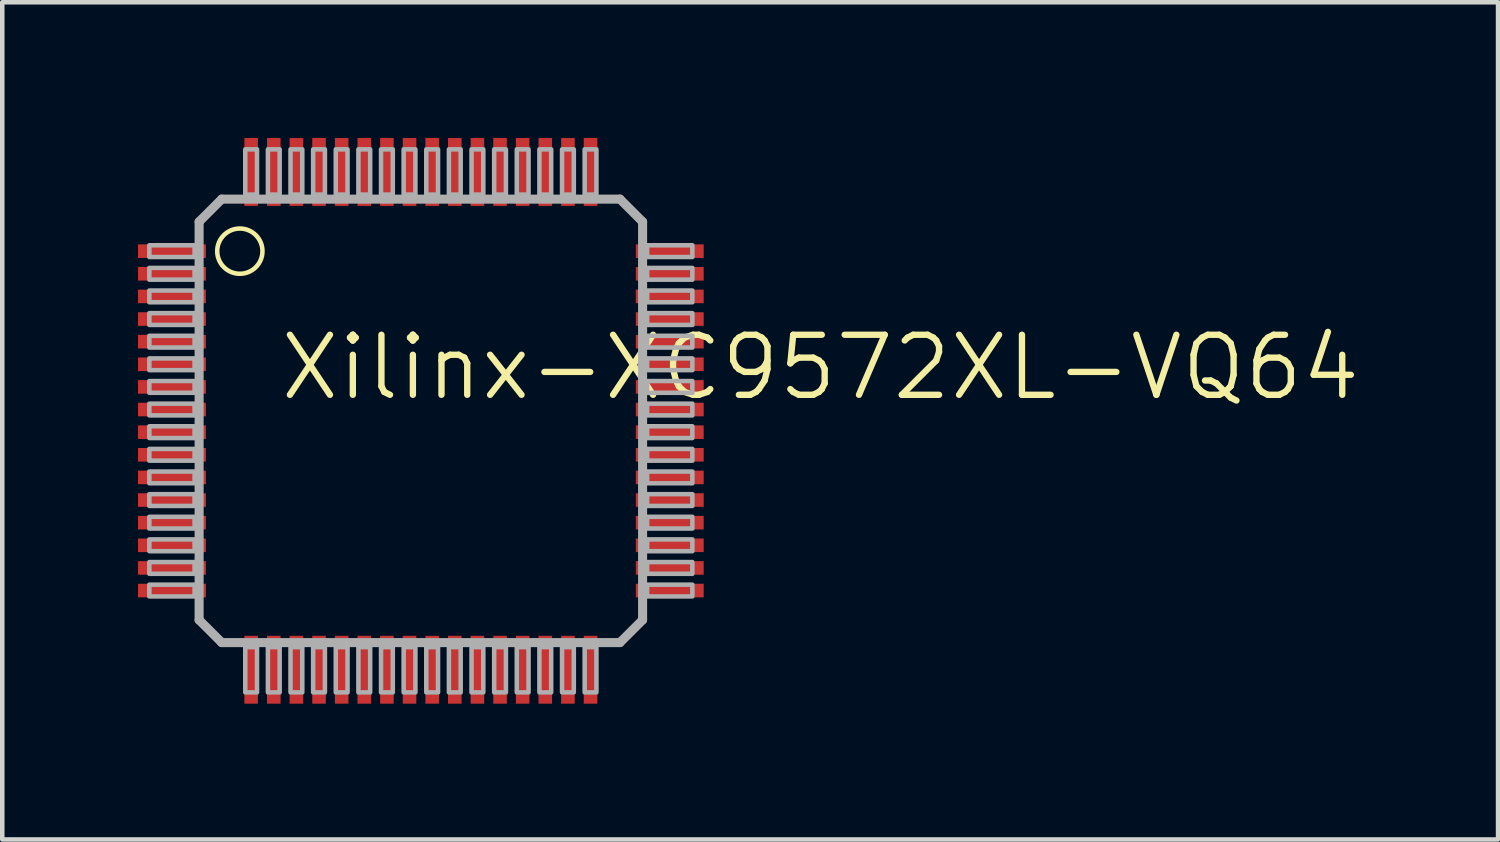
<source format=kicad_pcb>
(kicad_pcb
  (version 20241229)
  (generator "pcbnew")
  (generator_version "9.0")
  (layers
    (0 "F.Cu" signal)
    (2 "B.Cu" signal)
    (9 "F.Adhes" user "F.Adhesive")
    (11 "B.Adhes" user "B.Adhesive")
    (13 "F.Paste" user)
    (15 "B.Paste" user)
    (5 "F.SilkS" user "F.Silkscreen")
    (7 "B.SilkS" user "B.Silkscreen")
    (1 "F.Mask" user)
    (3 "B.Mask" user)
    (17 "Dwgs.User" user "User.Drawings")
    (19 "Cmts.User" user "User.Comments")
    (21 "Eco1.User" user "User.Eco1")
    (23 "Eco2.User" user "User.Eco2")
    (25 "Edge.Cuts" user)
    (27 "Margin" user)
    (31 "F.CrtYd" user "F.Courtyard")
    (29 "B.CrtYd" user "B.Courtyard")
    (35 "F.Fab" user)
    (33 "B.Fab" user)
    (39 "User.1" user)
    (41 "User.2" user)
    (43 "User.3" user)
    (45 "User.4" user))
  (footprint "Xilinx-XC9572XL-VQ64"
    (layer "F.Cu")
    (at 6.25 6.25)
    (property "Reference" "Xilinx-XC9572XL-VQ64" (at -3.175 -0.406 0) (layer "F.SilkS") (effects (font (size 1.327 1.327) (thickness 0.14)) (justify left bottom)))
    (attr through_hole)
    (fp_circle (center -4 -3.75) (end -3.5 -3.75) (stroke (width 0.1) (type solid)) (fill no) (layer "F.SilkS"))
    (fp_line (start -4.9 -4.4) (end -4.4 -4.9) (stroke (width 0.2) (type solid)) (layer "F.Fab"))
    (fp_line (start -4.9 4.4) (end -4.9 -4.4) (stroke (width 0.2) (type solid)) (layer "F.Fab"))
    (fp_line (start -4.4 -4.9) (end 4.4 -4.9) (stroke (width 0.2) (type solid)) (layer "F.Fab"))
    (fp_line (start -4.4 4.9) (end -4.9 4.4) (stroke (width 0.2) (type solid)) (layer "F.Fab"))
    (fp_line (start 4.4 -4.9) (end 4.9 -4.4) (stroke (width 0.2) (type solid)) (layer "F.Fab"))
    (fp_line (start 4.4 4.9) (end -4.4 4.9) (stroke (width 0.2) (type solid)) (layer "F.Fab"))
    (fp_line (start 4.9 -4.4) (end 4.9 4.4) (stroke (width 0.2) (type solid)) (layer "F.Fab"))
    (fp_line (start 4.9 4.4) (end 4.4 4.9) (stroke (width 0.2) (type solid)) (layer "F.Fab"))
    (fp_poly (pts (xy -6 -3.62) (xy -5 -3.62) (xy -5 -3.88) (xy -6 -3.88)) (stroke (width 0.1) (type solid)) (fill no) (layer "F.Fab"))
    (fp_poly (pts (xy -6 -3.12) (xy -5 -3.12) (xy -5 -3.38) (xy -6 -3.38)) (stroke (width 0.1) (type solid)) (fill no) (layer "F.Fab"))
    (fp_poly (pts (xy -6 -2.62) (xy -5 -2.62) (xy -5 -2.88) (xy -6 -2.88)) (stroke (width 0.1) (type solid)) (fill no) (layer "F.Fab"))
    (fp_poly (pts (xy -6 -2.12) (xy -5 -2.12) (xy -5 -2.38) (xy -6 -2.38)) (stroke (width 0.1) (type solid)) (fill no) (layer "F.Fab"))
    (fp_poly (pts (xy -6 -1.62) (xy -5 -1.62) (xy -5 -1.88) (xy -6 -1.88)) (stroke (width 0.1) (type solid)) (fill no) (layer "F.Fab"))
    (fp_poly (pts (xy -6 -1.12) (xy -5 -1.12) (xy -5 -1.38) (xy -6 -1.38)) (stroke (width 0.1) (type solid)) (fill no) (layer "F.Fab"))
    (fp_poly (pts (xy -6 -0.62) (xy -5 -0.62) (xy -5 -0.88) (xy -6 -0.88)) (stroke (width 0.1) (type solid)) (fill no) (layer "F.Fab"))
    (fp_poly (pts (xy -6 -0.12) (xy -5 -0.12) (xy -5 -0.38) (xy -6 -0.38)) (stroke (width 0.1) (type solid)) (fill no) (layer "F.Fab"))
    (fp_poly (pts (xy -6 0.38) (xy -5 0.38) (xy -5 0.12) (xy -6 0.12)) (stroke (width 0.1) (type solid)) (fill no) (layer "F.Fab"))
    (fp_poly (pts (xy -6 0.88) (xy -5 0.88) (xy -5 0.62) (xy -6 0.62)) (stroke (width 0.1) (type solid)) (fill no) (layer "F.Fab"))
    (fp_poly (pts (xy -6 1.38) (xy -5 1.38) (xy -5 1.12) (xy -6 1.12)) (stroke (width 0.1) (type solid)) (fill no) (layer "F.Fab"))
    (fp_poly (pts (xy -6 1.88) (xy -5 1.88) (xy -5 1.62) (xy -6 1.62)) (stroke (width 0.1) (type solid)) (fill no) (layer "F.Fab"))
    (fp_poly (pts (xy -6 2.38) (xy -5 2.38) (xy -5 2.12) (xy -6 2.12)) (stroke (width 0.1) (type solid)) (fill no) (layer "F.Fab"))
    (fp_poly (pts (xy -6 2.88) (xy -5 2.88) (xy -5 2.62) (xy -6 2.62)) (stroke (width 0.1) (type solid)) (fill no) (layer "F.Fab"))
    (fp_poly (pts (xy -6 3.38) (xy -5 3.38) (xy -5 3.12) (xy -6 3.12)) (stroke (width 0.1) (type solid)) (fill no) (layer "F.Fab"))
    (fp_poly (pts (xy -6 3.88) (xy -5 3.88) (xy -5 3.62) (xy -6 3.62)) (stroke (width 0.1) (type solid)) (fill no) (layer "F.Fab"))
    (fp_poly (pts (xy -3.88 -5) (xy -3.62 -5) (xy -3.62 -6) (xy -3.88 -6)) (stroke (width 0.1) (type solid)) (fill no) (layer "F.Fab"))
    (fp_poly (pts (xy -3.88 6) (xy -3.62 6) (xy -3.62 5) (xy -3.88 5)) (stroke (width 0.1) (type solid)) (fill no) (layer "F.Fab"))
    (fp_poly (pts (xy -3.38 -5) (xy -3.12 -5) (xy -3.12 -6) (xy -3.38 -6)) (stroke (width 0.1) (type solid)) (fill no) (layer "F.Fab"))
    (fp_poly (pts (xy -3.38 6) (xy -3.12 6) (xy -3.12 5) (xy -3.38 5)) (stroke (width 0.1) (type solid)) (fill no) (layer "F.Fab"))
    (fp_poly (pts (xy -2.88 -5) (xy -2.62 -5) (xy -2.62 -6) (xy -2.88 -6)) (stroke (width 0.1) (type solid)) (fill no) (layer "F.Fab"))
    (fp_poly (pts (xy -2.88 6) (xy -2.62 6) (xy -2.62 5) (xy -2.88 5)) (stroke (width 0.1) (type solid)) (fill no) (layer "F.Fab"))
    (fp_poly (pts (xy -2.38 -5) (xy -2.12 -5) (xy -2.12 -6) (xy -2.38 -6)) (stroke (width 0.1) (type solid)) (fill no) (layer "F.Fab"))
    (fp_poly (pts (xy -2.38 6) (xy -2.12 6) (xy -2.12 5) (xy -2.38 5)) (stroke (width 0.1) (type solid)) (fill no) (layer "F.Fab"))
    (fp_poly (pts (xy -1.88 -5) (xy -1.62 -5) (xy -1.62 -6) (xy -1.88 -6)) (stroke (width 0.1) (type solid)) (fill no) (layer "F.Fab"))
    (fp_poly (pts (xy -1.88 6) (xy -1.62 6) (xy -1.62 5) (xy -1.88 5)) (stroke (width 0.1) (type solid)) (fill no) (layer "F.Fab"))
    (fp_poly (pts (xy -1.38 -5) (xy -1.12 -5) (xy -1.12 -6) (xy -1.38 -6)) (stroke (width 0.1) (type solid)) (fill no) (layer "F.Fab"))
    (fp_poly (pts (xy -1.38 6) (xy -1.12 6) (xy -1.12 5) (xy -1.38 5)) (stroke (width 0.1) (type solid)) (fill no) (layer "F.Fab"))
    (fp_poly (pts (xy -0.88 -5) (xy -0.62 -5) (xy -0.62 -6) (xy -0.88 -6)) (stroke (width 0.1) (type solid)) (fill no) (layer "F.Fab"))
    (fp_poly (pts (xy -0.88 6) (xy -0.62 6) (xy -0.62 5) (xy -0.88 5)) (stroke (width 0.1) (type solid)) (fill no) (layer "F.Fab"))
    (fp_poly (pts (xy -0.38 -5) (xy -0.12 -5) (xy -0.12 -6) (xy -0.38 -6)) (stroke (width 0.1) (type solid)) (fill no) (layer "F.Fab"))
    (fp_poly (pts (xy -0.38 6) (xy -0.12 6) (xy -0.12 5) (xy -0.38 5)) (stroke (width 0.1) (type solid)) (fill no) (layer "F.Fab"))
    (fp_poly (pts (xy 0.12 -5) (xy 0.38 -5) (xy 0.38 -6) (xy 0.12 -6)) (stroke (width 0.1) (type solid)) (fill no) (layer "F.Fab"))
    (fp_poly (pts (xy 0.12 6) (xy 0.38 6) (xy 0.38 5) (xy 0.12 5)) (stroke (width 0.1) (type solid)) (fill no) (layer "F.Fab"))
    (fp_poly (pts (xy 0.62 -5) (xy 0.88 -5) (xy 0.88 -6) (xy 0.62 -6)) (stroke (width 0.1) (type solid)) (fill no) (layer "F.Fab"))
    (fp_poly (pts (xy 0.62 6) (xy 0.88 6) (xy 0.88 5) (xy 0.62 5)) (stroke (width 0.1) (type solid)) (fill no) (layer "F.Fab"))
    (fp_poly (pts (xy 1.12 -5) (xy 1.38 -5) (xy 1.38 -6) (xy 1.12 -6)) (stroke (width 0.1) (type solid)) (fill no) (layer "F.Fab"))
    (fp_poly (pts (xy 1.12 6) (xy 1.38 6) (xy 1.38 5) (xy 1.12 5)) (stroke (width 0.1) (type solid)) (fill no) (layer "F.Fab"))
    (fp_poly (pts (xy 1.62 -5) (xy 1.88 -5) (xy 1.88 -6) (xy 1.62 -6)) (stroke (width 0.1) (type solid)) (fill no) (layer "F.Fab"))
    (fp_poly (pts (xy 1.62 6) (xy 1.88 6) (xy 1.88 5) (xy 1.62 5)) (stroke (width 0.1) (type solid)) (fill no) (layer "F.Fab"))
    (fp_poly (pts (xy 2.12 -5) (xy 2.38 -5) (xy 2.38 -6) (xy 2.12 -6)) (stroke (width 0.1) (type solid)) (fill no) (layer "F.Fab"))
    (fp_poly (pts (xy 2.12 6) (xy 2.38 6) (xy 2.38 5) (xy 2.12 5)) (stroke (width 0.1) (type solid)) (fill no) (layer "F.Fab"))
    (fp_poly (pts (xy 2.62 -5) (xy 2.88 -5) (xy 2.88 -6) (xy 2.62 -6)) (stroke (width 0.1) (type solid)) (fill no) (layer "F.Fab"))
    (fp_poly (pts (xy 2.62 6) (xy 2.88 6) (xy 2.88 5) (xy 2.62 5)) (stroke (width 0.1) (type solid)) (fill no) (layer "F.Fab"))
    (fp_poly (pts (xy 3.12 -5) (xy 3.38 -5) (xy 3.38 -6) (xy 3.12 -6)) (stroke (width 0.1) (type solid)) (fill no) (layer "F.Fab"))
    (fp_poly (pts (xy 3.12 6) (xy 3.38 6) (xy 3.38 5) (xy 3.12 5)) (stroke (width 0.1) (type solid)) (fill no) (layer "F.Fab"))
    (fp_poly (pts (xy 3.62 -5) (xy 3.88 -5) (xy 3.88 -6) (xy 3.62 -6)) (stroke (width 0.1) (type solid)) (fill no) (layer "F.Fab"))
    (fp_poly (pts (xy 3.62 6) (xy 3.88 6) (xy 3.88 5) (xy 3.62 5)) (stroke (width 0.1) (type solid)) (fill no) (layer "F.Fab"))
    (fp_poly (pts (xy 5 -3.62) (xy 6 -3.62) (xy 6 -3.88) (xy 5 -3.88)) (stroke (width 0.1) (type solid)) (fill no) (layer "F.Fab"))
    (fp_poly (pts (xy 5 -3.12) (xy 6 -3.12) (xy 6 -3.38) (xy 5 -3.38)) (stroke (width 0.1) (type solid)) (fill no) (layer "F.Fab"))
    (fp_poly (pts (xy 5 -2.62) (xy 6 -2.62) (xy 6 -2.88) (xy 5 -2.88)) (stroke (width 0.1) (type solid)) (fill no) (layer "F.Fab"))
    (fp_poly (pts (xy 5 -2.12) (xy 6 -2.12) (xy 6 -2.38) (xy 5 -2.38)) (stroke (width 0.1) (type solid)) (fill no) (layer "F.Fab"))
    (fp_poly (pts (xy 5 -1.62) (xy 6 -1.62) (xy 6 -1.88) (xy 5 -1.88)) (stroke (width 0.1) (type solid)) (fill no) (layer "F.Fab"))
    (fp_poly (pts (xy 5 -1.12) (xy 6 -1.12) (xy 6 -1.38) (xy 5 -1.38)) (stroke (width 0.1) (type solid)) (fill no) (layer "F.Fab"))
    (fp_poly (pts (xy 5 -0.62) (xy 6 -0.62) (xy 6 -0.88) (xy 5 -0.88)) (stroke (width 0.1) (type solid)) (fill no) (layer "F.Fab"))
    (fp_poly (pts (xy 5 -0.12) (xy 6 -0.12) (xy 6 -0.38) (xy 5 -0.38)) (stroke (width 0.1) (type solid)) (fill no) (layer "F.Fab"))
    (fp_poly (pts (xy 5 0.38) (xy 6 0.38) (xy 6 0.12) (xy 5 0.12)) (stroke (width 0.1) (type solid)) (fill no) (layer "F.Fab"))
    (fp_poly (pts (xy 5 0.88) (xy 6 0.88) (xy 6 0.62) (xy 5 0.62)) (stroke (width 0.1) (type solid)) (fill no) (layer "F.Fab"))
    (fp_poly (pts (xy 5 1.38) (xy 6 1.38) (xy 6 1.12) (xy 5 1.12)) (stroke (width 0.1) (type solid)) (fill no) (layer "F.Fab"))
    (fp_poly (pts (xy 5 1.88) (xy 6 1.88) (xy 6 1.62) (xy 5 1.62)) (stroke (width 0.1) (type solid)) (fill no) (layer "F.Fab"))
    (fp_poly (pts (xy 5 2.38) (xy 6 2.38) (xy 6 2.12) (xy 5 2.12)) (stroke (width 0.1) (type solid)) (fill no) (layer "F.Fab"))
    (fp_poly (pts (xy 5 2.88) (xy 6 2.88) (xy 6 2.62) (xy 5 2.62)) (stroke (width 0.1) (type solid)) (fill no) (layer "F.Fab"))
    (fp_poly (pts (xy 5 3.38) (xy 6 3.38) (xy 6 3.12) (xy 5 3.12)) (stroke (width 0.1) (type solid)) (fill no) (layer "F.Fab"))
    (fp_poly (pts (xy 5 3.88) (xy 6 3.88) (xy 6 3.62) (xy 5 3.62)) (stroke (width 0.1) (type solid)) (fill no) (layer "F.Fab"))
    (pad "1" smd rect (at -5.5 -3.75) (size 1.5 0.3) (layers "F.Cu" "F.Mask" "F.Paste"))
    (pad "2" smd rect (at -5.5 -3.25) (size 1.5 0.3) (layers "F.Cu" "F.Mask" "F.Paste"))
    (pad "3" smd rect (at -5.5 -2.75) (size 1.5 0.3) (layers "F.Cu" "F.Mask" "F.Paste"))
    (pad "4" smd rect (at -5.5 -2.25) (size 1.5 0.3) (layers "F.Cu" "F.Mask" "F.Paste"))
    (pad "5" smd rect (at -5.5 -1.75) (size 1.5 0.3) (layers "F.Cu" "F.Mask" "F.Paste"))
    (pad "6" smd rect (at -5.5 -1.25) (size 1.5 0.3) (layers "F.Cu" "F.Mask" "F.Paste"))
    (pad "7" smd rect (at -5.5 -0.75) (size 1.5 0.3) (layers "F.Cu" "F.Mask" "F.Paste"))
    (pad "8" smd rect (at -5.5 -0.25) (size 1.5 0.3) (layers "F.Cu" "F.Mask" "F.Paste"))
    (pad "9" smd rect (at -5.5 0.25) (size 1.5 0.3) (layers "F.Cu" "F.Mask" "F.Paste"))
    (pad "10" smd rect (at -5.5 0.75) (size 1.5 0.3) (layers "F.Cu" "F.Mask" "F.Paste"))
    (pad "11" smd rect (at -5.5 1.25) (size 1.5 0.3) (layers "F.Cu" "F.Mask" "F.Paste"))
    (pad "12" smd rect (at -5.5 1.75) (size 1.5 0.3) (layers "F.Cu" "F.Mask" "F.Paste"))
    (pad "13" smd rect (at -5.5 2.25) (size 1.5 0.3) (layers "F.Cu" "F.Mask" "F.Paste"))
    (pad "14" smd rect (at -5.5 2.75) (size 1.5 0.3) (layers "F.Cu" "F.Mask" "F.Paste"))
    (pad "15" smd rect (at -5.5 3.25) (size 1.5 0.3) (layers "F.Cu" "F.Mask" "F.Paste"))
    (pad "16" smd rect (at -5.5 3.75) (size 1.5 0.3) (layers "F.Cu" "F.Mask" "F.Paste"))
    (pad "17" smd rect (at -3.75 5.5) (size 0.3 1.5) (layers "F.Cu" "F.Mask" "F.Paste"))
    (pad "18" smd rect (at -3.25 5.5) (size 0.3 1.5) (layers "F.Cu" "F.Mask" "F.Paste"))
    (pad "19" smd rect (at -2.75 5.5) (size 0.3 1.5) (layers "F.Cu" "F.Mask" "F.Paste"))
    (pad "20" smd rect (at -2.25 5.5) (size 0.3 1.5) (layers "F.Cu" "F.Mask" "F.Paste"))
    (pad "21" smd rect (at -1.75 5.5) (size 0.3 1.5) (layers "F.Cu" "F.Mask" "F.Paste"))
    (pad "22" smd rect (at -1.25 5.5) (size 0.3 1.5) (layers "F.Cu" "F.Mask" "F.Paste"))
    (pad "23" smd rect (at -0.75 5.5) (size 0.3 1.5) (layers "F.Cu" "F.Mask" "F.Paste"))
    (pad "24" smd rect (at -0.25 5.5) (size 0.3 1.5) (layers "F.Cu" "F.Mask" "F.Paste"))
    (pad "25" smd rect (at 0.25 5.5) (size 0.3 1.5) (layers "F.Cu" "F.Mask" "F.Paste"))
    (pad "26" smd rect (at 0.75 5.5) (size 0.3 1.5) (layers "F.Cu" "F.Mask" "F.Paste"))
    (pad "27" smd rect (at 1.25 5.5) (size 0.3 1.5) (layers "F.Cu" "F.Mask" "F.Paste"))
    (pad "28" smd rect (at 1.75 5.5) (size 0.3 1.5) (layers "F.Cu" "F.Mask" "F.Paste"))
    (pad "29" smd rect (at 2.25 5.5) (size 0.3 1.5) (layers "F.Cu" "F.Mask" "F.Paste"))
    (pad "30" smd rect (at 2.75 5.5) (size 0.3 1.5) (layers "F.Cu" "F.Mask" "F.Paste"))
    (pad "31" smd rect (at 3.25 5.5) (size 0.3 1.5) (layers "F.Cu" "F.Mask" "F.Paste"))
    (pad "32" smd rect (at 3.75 5.5) (size 0.3 1.5) (layers "F.Cu" "F.Mask" "F.Paste"))
    (pad "33" smd rect (at 5.5 3.75) (size 1.5 0.3) (layers "F.Cu" "F.Mask" "F.Paste"))
    (pad "34" smd rect (at 5.5 3.25) (size 1.5 0.3) (layers "F.Cu" "F.Mask" "F.Paste"))
    (pad "35" smd rect (at 5.5 2.75) (size 1.5 0.3) (layers "F.Cu" "F.Mask" "F.Paste"))
    (pad "36" smd rect (at 5.5 2.25) (size 1.5 0.3) (layers "F.Cu" "F.Mask" "F.Paste"))
    (pad "37" smd rect (at 5.5 1.75) (size 1.5 0.3) (layers "F.Cu" "F.Mask" "F.Paste"))
    (pad "38" smd rect (at 5.5 1.25) (size 1.5 0.3) (layers "F.Cu" "F.Mask" "F.Paste"))
    (pad "39" smd rect (at 5.5 0.75) (size 1.5 0.3) (layers "F.Cu" "F.Mask" "F.Paste"))
    (pad "40" smd rect (at 5.5 0.25) (size 1.5 0.3) (layers "F.Cu" "F.Mask" "F.Paste"))
    (pad "41" smd rect (at 5.5 -0.25) (size 1.5 0.3) (layers "F.Cu" "F.Mask" "F.Paste"))
    (pad "42" smd rect (at 5.5 -0.75) (size 1.5 0.3) (layers "F.Cu" "F.Mask" "F.Paste"))
    (pad "43" smd rect (at 5.5 -1.25) (size 1.5 0.3) (layers "F.Cu" "F.Mask" "F.Paste"))
    (pad "44" smd rect (at 5.5 -1.75) (size 1.5 0.3) (layers "F.Cu" "F.Mask" "F.Paste"))
    (pad "45" smd rect (at 5.5 -2.25) (size 1.5 0.3) (layers "F.Cu" "F.Mask" "F.Paste"))
    (pad "46" smd rect (at 5.5 -2.75) (size 1.5 0.3) (layers "F.Cu" "F.Mask" "F.Paste"))
    (pad "47" smd rect (at 5.5 -3.25) (size 1.5 0.3) (layers "F.Cu" "F.Mask" "F.Paste"))
    (pad "48" smd rect (at 5.5 -3.75) (size 1.5 0.3) (layers "F.Cu" "F.Mask" "F.Paste"))
    (pad "49" smd rect (at 3.75 -5.5) (size 0.3 1.5) (layers "F.Cu" "F.Mask" "F.Paste"))
    (pad "50" smd rect (at 3.25 -5.5) (size 0.3 1.5) (layers "F.Cu" "F.Mask" "F.Paste"))
    (pad "51" smd rect (at 2.75 -5.5) (size 0.3 1.5) (layers "F.Cu" "F.Mask" "F.Paste"))
    (pad "52" smd rect (at 2.25 -5.5) (size 0.3 1.5) (layers "F.Cu" "F.Mask" "F.Paste"))
    (pad "53" smd rect (at 1.75 -5.5) (size 0.3 1.5) (layers "F.Cu" "F.Mask" "F.Paste"))
    (pad "54" smd rect (at 1.25 -5.5) (size 0.3 1.5) (layers "F.Cu" "F.Mask" "F.Paste"))
    (pad "55" smd rect (at 0.75 -5.5) (size 0.3 1.5) (layers "F.Cu" "F.Mask" "F.Paste"))
    (pad "56" smd rect (at 0.25 -5.5) (size 0.3 1.5) (layers "F.Cu" "F.Mask" "F.Paste"))
    (pad "57" smd rect (at -0.25 -5.5) (size 0.3 1.5) (layers "F.Cu" "F.Mask" "F.Paste"))
    (pad "58" smd rect (at -0.75 -5.5) (size 0.3 1.5) (layers "F.Cu" "F.Mask" "F.Paste"))
    (pad "59" smd rect (at -1.25 -5.5) (size 0.3 1.5) (layers "F.Cu" "F.Mask" "F.Paste"))
    (pad "60" smd rect (at -1.75 -5.5) (size 0.3 1.5) (layers "F.Cu" "F.Mask" "F.Paste"))
    (pad "61" smd rect (at -2.25 -5.5) (size 0.3 1.5) (layers "F.Cu" "F.Mask" "F.Paste"))
    (pad "62" smd rect (at -2.75 -5.5) (size 0.3 1.5) (layers "F.Cu" "F.Mask" "F.Paste"))
    (pad "63" smd rect (at -3.25 -5.5) (size 0.3 1.5) (layers "F.Cu" "F.Mask" "F.Paste"))
    (pad "64" smd rect (at -3.75 -5.5) (size 0.3 1.5) (layers "F.Cu" "F.Mask" "F.Paste")))
  (gr_rect
    (start -3 -3)
    (end 30.054 15.5)
    (stroke (width 0.1) (type default))
    (fill no)
    (layer "Edge.Cuts")))
</source>
